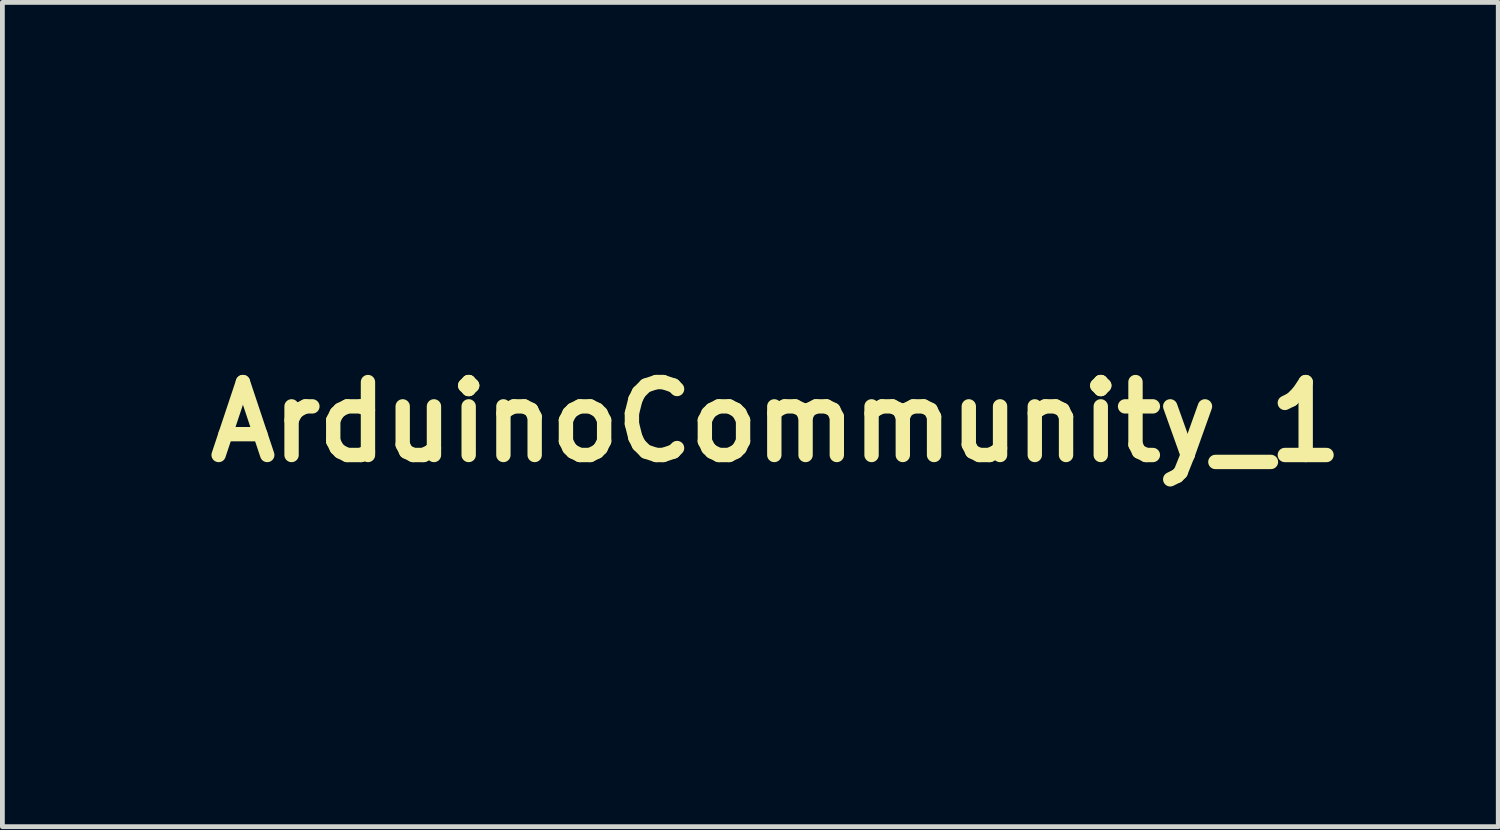
<source format=kicad_pcb>
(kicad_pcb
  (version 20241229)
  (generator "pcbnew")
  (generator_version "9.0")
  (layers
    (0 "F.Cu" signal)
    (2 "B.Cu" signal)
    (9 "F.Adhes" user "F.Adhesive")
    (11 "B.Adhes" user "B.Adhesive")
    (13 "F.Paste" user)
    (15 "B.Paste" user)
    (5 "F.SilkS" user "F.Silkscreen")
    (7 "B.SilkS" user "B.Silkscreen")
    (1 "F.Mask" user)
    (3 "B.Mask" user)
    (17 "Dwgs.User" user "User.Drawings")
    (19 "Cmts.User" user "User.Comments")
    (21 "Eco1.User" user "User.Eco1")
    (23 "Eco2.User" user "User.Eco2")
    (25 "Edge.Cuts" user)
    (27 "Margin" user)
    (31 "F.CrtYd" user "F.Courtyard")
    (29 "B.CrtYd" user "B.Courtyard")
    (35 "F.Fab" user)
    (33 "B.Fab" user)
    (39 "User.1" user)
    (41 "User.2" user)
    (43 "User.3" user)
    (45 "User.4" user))
  (footprint "ArduinoCommunity_1"
    (layer "F.Cu")
    (at 13.166 5.768)
    (property "Reference" "ArduinoCommunity_1" (at 0 0 0) (layer "F.SilkS") (effects (font (size 1.524 1.524) (thickness 0.3))))
    (attr through_hole)
    (fp_poly (pts (xy 1.345 -5.66) (xy 1.353 -5.581) (xy 1.362 -5.496) (xy 1.366 -5.456) (xy 1.371 -5.397) (xy 1.367 -5.363) (xy 1.356 -5.35) (xy 1.353 -5.349) (xy 1.33 -5.344) (xy 1.279 -5.333) (xy 1.207 -5.319) (xy 1.12 -5.301) (xy 1.059 -5.289) (xy 0.647 -5.191) (xy 0.239 -5.06) (xy -0.163 -4.896) (xy -0.559 -4.701) (xy -0.947 -4.474) (xy -1.327 -4.216) (xy -1.698 -3.928) (xy -2.058 -3.611) (xy -2.408 -3.265) (xy -2.745 -2.891) (xy -2.833 -2.787) (xy -2.896 -2.709) (xy -2.961 -2.629) (xy -3.019 -2.555) (xy -3.059 -2.504) (xy -3.1 -2.451) (xy -3.138 -2.412) (xy -3.164 -2.392) (xy -3.169 -2.39) (xy -3.188 -2.403) (xy -3.222 -2.439) (xy -3.265 -2.49) (xy -3.304 -2.541) (xy -3.349 -2.603) (xy -3.386 -2.656) (xy -3.41 -2.693) (xy -3.418 -2.707) (xy -3.41 -2.724) (xy -3.383 -2.763) (xy -3.341 -2.82) (xy -3.287 -2.891) (xy -3.224 -2.97) (xy -3.213 -2.983) (xy -2.879 -3.378) (xy -2.529 -3.745) (xy -2.167 -4.085) (xy -1.792 -4.396) (xy -1.406 -4.679) (xy -1.01 -4.931) (xy -0.606 -5.153) (xy -0.193 -5.343) (xy 0.227 -5.501) (xy 0.585 -5.609) (xy 0.691 -5.636) (xy 0.813 -5.664) (xy 0.941 -5.692) (xy 1.065 -5.718) (xy 1.176 -5.738) (xy 1.256 -5.751) (xy 1.334 -5.763) (xy 1.345 -5.66)) (stroke (width 0.01) (type solid)) (fill yes) (layer "F.Mask"))
    (fp_poly (pts (xy -8.786 -5.605) (xy -8.617 -5.601) (xy -8.454 -5.595) (xy -8.305 -5.586) (xy -8.176 -5.576) (xy -8.1 -5.567) (xy -7.641 -5.487) (xy -7.197 -5.378) (xy -6.767 -5.237) (xy -6.35 -5.066) (xy -5.944 -4.863) (xy -5.688 -4.716) (xy -5.593 -4.656) (xy -5.49 -4.59) (xy -5.386 -4.52) (xy -5.284 -4.449) (xy -5.187 -4.381) (xy -5.101 -4.317) (xy -5.029 -4.262) (xy -4.975 -4.217) (xy -4.943 -4.187) (xy -4.937 -4.178) (xy -4.944 -4.156) (xy -4.966 -4.117) (xy -4.999 -4.068) (xy -5.036 -4.017) (xy -5.072 -3.972) (xy -5.101 -3.941) (xy -5.116 -3.932) (xy -5.133 -3.942) (xy -5.17 -3.968) (xy -5.222 -4.007) (xy -5.27 -4.044) (xy -5.486 -4.202) (xy -5.725 -4.36) (xy -5.978 -4.512) (xy -6.233 -4.652) (xy -6.481 -4.774) (xy -6.541 -4.801) (xy -6.951 -4.965) (xy -7.369 -5.097) (xy -7.791 -5.195) (xy -8.218 -5.262) (xy -8.647 -5.295) (xy -9.077 -5.295) (xy -9.505 -5.262) (xy -9.932 -5.196) (xy -10.242 -5.127) (xy -10.602 -5.022) (xy -10.955 -4.893) (xy -11.293 -4.744) (xy -11.61 -4.578) (xy -11.773 -4.479) (xy -11.821 -4.45) (xy -11.858 -4.429) (xy -11.874 -4.423) (xy -11.887 -4.436) (xy -11.913 -4.47) (xy -11.945 -4.517) (xy -11.979 -4.57) (xy -12.01 -4.62) (xy -12.034 -4.66) (xy -12.044 -4.683) (xy -12.044 -4.686) (xy -12.029 -4.696) (xy -11.991 -4.72) (xy -11.937 -4.753) (xy -11.904 -4.774) (xy -11.544 -4.976) (xy -11.165 -5.152) (xy -10.77 -5.302) (xy -10.362 -5.424) (xy -9.944 -5.516) (xy -9.521 -5.579) (xy -9.374 -5.593) (xy -9.255 -5.6) (xy -9.112 -5.604) (xy -8.954 -5.606) (xy -8.786 -5.605)) (stroke (width 0.01) (type solid)) (fill yes) (layer "F.Mask"))
    (fp_poly (pts (xy -12.658 3.571) (xy -12.622 3.598) (xy -12.574 3.638) (xy -12.537 3.67) (xy -12.226 3.928) (xy -11.892 4.164) (xy -11.538 4.375) (xy -11.168 4.56) (xy -10.787 4.718) (xy -10.396 4.846) (xy -10.001 4.943) (xy -9.794 4.98) (xy -9.616 5.007) (xy -9.46 5.027) (xy -9.313 5.041) (xy -9.165 5.049) (xy -9.004 5.053) (xy -8.862 5.053) (xy -8.415 5.037) (xy -7.98 4.99) (xy -7.557 4.913) (xy -7.144 4.804) (xy -6.739 4.663) (xy -6.343 4.49) (xy -5.953 4.284) (xy -5.569 4.046) (xy -5.253 3.822) (xy -5.187 3.773) (xy -5.129 3.73) (xy -5.086 3.698) (xy -5.064 3.681) (xy -5.049 3.675) (xy -5.03 3.681) (xy -5.003 3.704) (xy -4.964 3.746) (xy -4.92 3.796) (xy -4.871 3.853) (xy -4.832 3.902) (xy -4.806 3.935) (xy -4.799 3.947) (xy -4.809 3.965) (xy -4.844 3.999) (xy -4.901 4.047) (xy -4.976 4.105) (xy -5.064 4.17) (xy -5.164 4.241) (xy -5.27 4.315) (xy -5.38 4.389) (xy -5.49 4.461) (xy -5.596 4.528) (xy -5.634 4.551) (xy -6.035 4.774) (xy -6.442 4.965) (xy -6.859 5.125) (xy -7.289 5.254) (xy -7.734 5.355) (xy -8.1 5.415) (xy -8.165 5.421) (xy -8.257 5.428) (xy -8.37 5.434) (xy -8.498 5.439) (xy -8.635 5.444) (xy -8.776 5.447) (xy -8.914 5.45) (xy -9.043 5.451) (xy -9.157 5.451) (xy -9.251 5.45) (xy -9.318 5.447) (xy -9.328 5.446) (xy -9.603 5.415) (xy -9.853 5.38) (xy -10.083 5.34) (xy -10.302 5.291) (xy -10.518 5.234) (xy -10.711 5.175) (xy -11.12 5.028) (xy -11.513 4.852) (xy -11.89 4.648) (xy -12.255 4.413) (xy -12.609 4.148) (xy -12.869 3.927) (xy -12.954 3.851) (xy -12.82 3.709) (xy -12.767 3.652) (xy -12.721 3.605) (xy -12.689 3.574) (xy -12.675 3.562) (xy -12.658 3.571)) (stroke (width 0.01) (type solid)) (fill yes) (layer "F.Mask"))
    (fp_poly (pts (xy -8.638 -5.025) (xy -8.218 -4.991) (xy -7.815 -4.928) (xy -7.424 -4.838) (xy -7.041 -4.717) (xy -6.661 -4.566) (xy -6.459 -4.473) (xy -6.133 -4.303) (xy -5.819 -4.115) (xy -5.514 -3.906) (xy -5.211 -3.672) (xy -4.906 -3.409) (xy -4.868 -3.374) (xy -4.699 -3.212) (xy -4.519 -3.027) (xy -4.336 -2.825) (xy -4.153 -2.613) (xy -3.977 -2.398) (xy -3.814 -2.186) (xy -3.7 -2.029) (xy -3.65 -1.957) (xy -3.606 -1.896) (xy -3.572 -1.849) (xy -3.552 -1.822) (xy -3.55 -1.82) (xy -3.536 -1.8) (xy -3.507 -1.756) (xy -3.466 -1.693) (xy -3.417 -1.616) (xy -3.363 -1.53) (xy -3.195 -1.259) (xy -3.099 -1.416) (xy -2.986 -1.595) (xy -2.855 -1.789) (xy -2.714 -1.987) (xy -2.578 -2.169) (xy -2.26 -2.56) (xy -1.931 -2.921) (xy -1.591 -3.251) (xy -1.241 -3.55) (xy -0.88 -3.818) (xy -0.51 -4.055) (xy -0.131 -4.26) (xy 0.257 -4.433) (xy 0.653 -4.573) (xy 1.057 -4.681) (xy 1.235 -4.718) (xy 1.307 -4.73) (xy 1.371 -4.74) (xy 1.417 -4.744) (xy 1.425 -4.744) (xy 1.451 -4.742) (xy 1.469 -4.731) (xy 1.481 -4.706) (xy 1.49 -4.661) (xy 1.497 -4.59) (xy 1.499 -4.558) (xy 1.506 -4.485) (xy 1.516 -4.397) (xy 1.527 -4.312) (xy 1.528 -4.307) (xy 1.547 -4.167) (xy 1.684 -4.18) (xy 1.74 -4.184) (xy 1.823 -4.187) (xy 1.926 -4.19) (xy 2.045 -4.192) (xy 2.171 -4.193) (xy 2.262 -4.193) (xy 2.407 -4.192) (xy 2.525 -4.19) (xy 2.622 -4.187) (xy 2.704 -4.182) (xy 2.778 -4.175) (xy 2.849 -4.166) (xy 2.921 -4.154) (xy 3.301 -4.075) (xy 3.661 -3.97) (xy 4.002 -3.838) (xy 4.327 -3.678) (xy 4.639 -3.49) (xy 4.651 -3.482) (xy 4.959 -3.257) (xy 5.24 -3.012) (xy 5.494 -2.747) (xy 5.721 -2.462) (xy 5.919 -2.16) (xy 6.089 -1.84) (xy 6.23 -1.504) (xy 6.34 -1.153) (xy 6.421 -0.787) (xy 6.442 -0.652) (xy 6.452 -0.552) (xy 6.46 -0.426) (xy 6.463 -0.283) (xy 6.464 -0.13) (xy 6.462 0.024) (xy 6.456 0.172) (xy 6.448 0.304) (xy 6.437 0.414) (xy 6.433 0.44) (xy 6.421 0.517) (xy 6.41 0.58) (xy 6.403 0.623) (xy 6.399 0.638) (xy 6.383 0.636) (xy 6.342 0.629) (xy 6.285 0.619) (xy 6.222 0.606) (xy 6.16 0.593) (xy 6.124 0.585) (xy 6.106 0.579) (xy 6.097 0.568) (xy 6.096 0.543) (xy 6.102 0.498) (xy 6.111 0.446) (xy 6.14 0.22) (xy 6.155 -0.024) (xy 6.154 -0.275) (xy 6.139 -0.522) (xy 6.109 -0.752) (xy 6.108 -0.755) (xy 6.094 -0.828) (xy 6.077 -0.911) (xy 6.058 -0.994) (xy 6.04 -1.071) (xy 6.023 -1.135) (xy 6.01 -1.177) (xy 6.006 -1.188) (xy 5.987 -1.19) (xy 5.947 -1.183) (xy 5.919 -1.176) (xy 5.871 -1.164) (xy 5.837 -1.162) (xy 5.828 -1.165) (xy 5.818 -1.186) (xy 5.8 -1.231) (xy 5.778 -1.291) (xy 5.77 -1.313) (xy 5.655 -1.597) (xy 5.508 -1.874) (xy 5.332 -2.142) (xy 5.131 -2.397) (xy 4.906 -2.636) (xy 4.661 -2.855) (xy 4.398 -3.053) (xy 4.269 -3.137) (xy 4.019 -3.277) (xy 3.746 -3.403) (xy 3.462 -3.511) (xy 3.176 -3.596) (xy 3.003 -3.636) (xy 2.923 -3.652) (xy 2.856 -3.666) (xy 2.808 -3.677) (xy 2.786 -3.682) (xy 2.785 -3.682) (xy 2.786 -3.699) (xy 2.791 -3.739) (xy 2.795 -3.765) (xy 2.807 -3.844) (xy 2.696 -3.858) (xy 2.611 -3.865) (xy 2.5 -3.87) (xy 2.371 -3.872) (xy 2.229 -3.872) (xy 2.084 -3.87) (xy 1.941 -3.866) (xy 1.809 -3.859) (xy 1.695 -3.851) (xy 1.607 -3.842) (xy 1.596 -3.84) (xy 1.227 -3.766) (xy 0.863 -3.661) (xy 0.509 -3.527) (xy 0.169 -3.365) (xy -0.118 -3.199) (xy -0.209 -3.141) (xy -0.275 -3.099) (xy -0.322 -3.072) (xy -0.353 -3.057) (xy -0.373 -3.054) (xy -0.387 -3.06) (xy -0.398 -3.073) (xy -0.409 -3.088) (xy -0.438 -3.12) (xy -0.462 -3.135) (xy -0.463 -3.135) (xy -0.483 -3.125) (xy -0.524 -3.098) (xy -0.581 -3.057) (xy -0.648 -3.007) (xy -0.669 -2.991) (xy -1 -2.714) (xy -1.322 -2.406) (xy -1.633 -2.07) (xy -1.931 -1.707) (xy -2.213 -1.319) (xy -2.48 -0.909) (xy -2.688 -0.553) (xy -2.828 -0.299) (xy -2.588 0.173) (xy -2.45 -0.096) (xy -2.245 -0.465) (xy -2.016 -0.829) (xy -1.767 -1.184) (xy -1.5 -1.524) (xy -1.22 -1.845) (xy -0.93 -2.142) (xy -0.634 -2.411) (xy -0.618 -2.424) (xy -0.521 -2.504) (xy -0.416 -2.587) (xy -0.307 -2.669) (xy -0.199 -2.749) (xy -0.094 -2.823) (xy 0.002 -2.888) (xy 0.087 -2.943) (xy 0.156 -2.985) (xy 0.206 -3.01) (xy 0.229 -3.016) (xy 0.248 -3.002) (xy 0.271 -2.968) (xy 0.276 -2.957) (xy 0.298 -2.919) (xy 0.316 -2.899) (xy 0.319 -2.898) (xy 0.339 -2.904) (xy 0.384 -2.924) (xy 0.446 -2.952) (xy 0.522 -2.987) (xy 0.544 -2.998) (xy 0.642 -3.043) (xy 0.75 -3.089) (xy 0.853 -3.131) (xy 0.932 -3.16) (xy 1 -3.182) (xy 1.082 -3.207) (xy 1.171 -3.233) (xy 1.261 -3.257) (xy 1.346 -3.28) (xy 1.42 -3.298) (xy 1.478 -3.311) (xy 1.512 -3.316) (xy 1.519 -3.316) (xy 1.525 -3.298) (xy 1.534 -3.255) (xy 1.546 -3.195) (xy 1.55 -3.176) (xy 1.566 -3.092) (xy 1.576 -3.033) (xy 1.575 -2.994) (xy 1.558 -2.968) (xy 1.523 -2.949) (xy 1.464 -2.932) (xy 1.378 -2.91) (xy 1.364 -2.907) (xy 1.038 -2.806) (xy 0.719 -2.675) (xy 0.405 -2.511) (xy 0.17 -2.366) (xy 0.023 -2.266) (xy -0.112 -2.167) (xy -0.242 -2.065) (xy -0.372 -1.953) (xy -0.508 -1.828) (xy -0.657 -1.683) (xy -0.729 -1.612) (xy -1.031 -1.292) (xy -1.304 -0.968) (xy -1.553 -0.633) (xy -1.784 -0.281) (xy -1.81 -0.237) (xy -1.851 -0.167) (xy -1.896 -0.082) (xy -1.945 0.012) (xy -1.994 0.111) (xy -2.04 0.208) (xy -2.082 0.299) (xy -2.116 0.378) (xy -2.14 0.439) (xy -2.151 0.477) (xy -2.152 0.483) (xy -2.159 0.506) (xy -2.166 0.508) (xy -2.18 0.522) (xy -2.202 0.558) (xy -2.217 0.585) (xy -2.241 0.627) (xy -2.262 0.651) (xy -2.271 0.652) (xy -2.284 0.647) (xy -2.284 0.659) (xy -2.268 0.69) (xy -2.235 0.744) (xy -2.197 0.803) (xy -2.05 1.019) (xy -1.883 1.247) (xy -1.719 1.457) (xy -1.424 1.804) (xy -1.118 2.122) (xy -0.802 2.411) (xy -0.477 2.67) (xy -0.144 2.898) (xy 0.196 3.095) (xy 0.543 3.26) (xy 0.895 3.393) (xy 1.252 3.493) (xy 1.4 3.524) (xy 1.474 3.539) (xy 1.535 3.552) (xy 1.576 3.562) (xy 1.589 3.566) (xy 1.589 3.584) (xy 1.585 3.63) (xy 1.578 3.698) (xy 1.568 3.781) (xy 1.562 3.832) (xy 1.551 3.922) (xy 1.542 4.001) (xy 1.537 4.061) (xy 1.535 4.097) (xy 1.536 4.105) (xy 1.529 4.115) (xy 1.494 4.117) (xy 1.435 4.112) (xy 1.357 4.101) (xy 1.263 4.085) (xy 1.159 4.063) (xy 1.048 4.038) (xy 0.935 4.01) (xy 0.825 3.979) (xy 0.798 3.971) (xy 0.425 3.841) (xy 0.057 3.679) (xy -0.305 3.486) (xy -0.657 3.264) (xy -0.997 3.015) (xy -1.22 2.83) (xy -1.398 2.675) (xy -1.563 2.85) (xy -1.728 3.024) (xy -1.866 2.889) (xy -2.132 2.614) (xy -2.396 2.315) (xy -2.65 2.002) (xy -2.855 1.729) (xy -2.912 1.648) (xy -2.965 1.572) (xy -3.016 1.495) (xy -3.071 1.41) (xy -3.132 1.312) (xy -3.203 1.196) (xy -3.269 1.089) (xy -3.308 1.025) (xy -3.341 0.974) (xy -3.364 0.941) (xy -3.372 0.932) (xy -3.383 0.946) (xy -3.408 0.984) (xy -3.442 1.041) (xy -3.483 1.11) (xy -3.491 1.122) (xy -3.68 1.427) (xy -3.894 1.735) (xy -4.128 2.04) (xy -4.379 2.338) (xy -4.642 2.626) (xy -4.913 2.898) (xy -5.188 3.151) (xy -5.464 3.38) (xy -5.737 3.58) (xy -5.753 3.591) (xy -6.13 3.829) (xy -6.516 4.035) (xy -6.91 4.21) (xy -7.312 4.353) (xy -7.719 4.463) (xy -8.13 4.54) (xy -8.422 4.574) (xy -8.535 4.582) (xy -8.672 4.587) (xy -8.823 4.589) (xy -8.978 4.588) (xy -9.127 4.585) (xy -9.259 4.58) (xy -9.341 4.574) (xy -9.732 4.524) (xy -10.119 4.443) (xy -10.498 4.333) (xy -10.866 4.196) (xy -11.22 4.032) (xy -11.555 3.843) (xy -11.869 3.63) (xy -11.903 3.605) (xy -11.983 3.543) (xy -12.064 3.477) (xy -12.143 3.411) (xy -12.216 3.349) (xy -12.277 3.293) (xy -12.323 3.25) (xy -12.348 3.221) (xy -12.353 3.212) (xy -12.341 3.192) (xy -12.311 3.156) (xy -12.268 3.109) (xy -12.252 3.094) (xy -12.152 2.995) (xy -12.011 3.118) (xy -11.875 3.231) (xy -11.729 3.344) (xy -11.585 3.45) (xy -11.451 3.54) (xy -11.407 3.567) (xy -11.347 3.605) (xy -11.301 3.639) (xy -11.273 3.662) (xy -11.268 3.67) (xy -11.253 3.686) (xy -11.213 3.713) (xy -11.151 3.748) (xy -11.074 3.789) (xy -10.985 3.833) (xy -10.891 3.878) (xy -10.796 3.921) (xy -10.717 3.954) (xy -10.354 4.086) (xy -9.989 4.188) (xy -9.618 4.259) (xy -9.233 4.303) (xy -9.031 4.315) (xy -8.908 4.317) (xy -8.768 4.316) (xy -8.622 4.311) (xy -8.478 4.303) (xy -8.347 4.292) (xy -8.238 4.28) (xy -8.217 4.276) (xy -8.157 4.267) (xy -8.201 3.959) (xy -8.217 3.85) (xy -8.229 3.771) (xy -8.24 3.716) (xy -8.249 3.681) (xy -8.258 3.662) (xy -8.269 3.655) (xy -8.278 3.655) (xy -8.674 3.683) (xy -9.053 3.683) (xy -9.418 3.654) (xy -9.77 3.595) (xy -10.111 3.507) (xy -10.443 3.388) (xy -10.747 3.251) (xy -10.822 3.214) (xy -10.886 3.183) (xy -10.933 3.162) (xy -10.958 3.152) (xy -10.959 3.152) (xy -10.973 3.165) (xy -10.998 3.201) (xy -11.027 3.252) (xy -11.028 3.253) (xy -11.059 3.306) (xy -11.085 3.346) (xy -11.101 3.365) (xy -11.125 3.362) (xy -11.173 3.339) (xy -11.242 3.299) (xy -11.328 3.244) (xy -11.43 3.174) (xy -11.472 3.145) (xy -11.765 2.915) (xy -12.033 2.663) (xy -12.275 2.391) (xy -12.491 2.101) (xy -12.678 1.793) (xy -12.837 1.469) (xy -12.967 1.132) (xy -13.065 0.781) (xy -13.133 0.421) (xy -13.151 0.273) (xy -13.156 0.195) (xy -13.16 0.092) (xy -13.161 -0.028) (xy -13.161 -0.159) (xy -13.159 -0.294) (xy -13.156 -0.423) (xy -13.151 -0.541) (xy -13.145 -0.639) (xy -13.138 -0.706) (xy -13.131 -0.75) (xy -13.118 -0.769) (xy -13.091 -0.771) (xy -13.067 -0.767) (xy -13.019 -0.76) (xy -12.984 -0.756) (xy -12.981 -0.756) (xy -12.966 -0.768) (xy -12.951 -0.807) (xy -12.934 -0.877) (xy -12.928 -0.907) (xy -12.846 -1.24) (xy -12.732 -1.566) (xy -12.589 -1.882) (xy -12.417 -2.185) (xy -12.218 -2.473) (xy -11.994 -2.743) (xy -11.748 -2.991) (xy -11.48 -3.216) (xy -11.47 -3.223) (xy -11.402 -3.273) (xy -11.323 -3.329) (xy -11.237 -3.386) (xy -11.151 -3.442) (xy -11.07 -3.494) (xy -10.998 -3.538) (xy -10.94 -3.571) (xy -10.903 -3.589) (xy -10.892 -3.592) (xy -10.876 -3.578) (xy -10.855 -3.544) (xy -10.834 -3.5) (xy -10.819 -3.46) (xy -10.816 -3.434) (xy -10.816 -3.434) (xy -10.833 -3.418) (xy -10.873 -3.389) (xy -10.93 -3.352) (xy -10.991 -3.315) (xy -11.094 -3.251) (xy -11.198 -3.181) (xy -11.299 -3.108) (xy -11.395 -3.036) (xy -11.48 -2.968) (xy -11.552 -2.905) (xy -11.607 -2.852) (xy -11.641 -2.81) (xy -11.651 -2.784) (xy -11.65 -2.783) (xy -11.657 -2.759) (xy -11.687 -2.715) (xy -11.737 -2.653) (xy -11.773 -2.612) (xy -11.906 -2.461) (xy -12.019 -2.322) (xy -12.119 -2.187) (xy -12.197 -2.069) (xy -12.368 -1.775) (xy -12.508 -1.466) (xy -12.618 -1.146) (xy -12.698 -0.818) (xy -12.747 -0.484) (xy -12.764 -0.147) (xy -12.75 0.19) (xy -12.702 0.524) (xy -12.667 0.686) (xy -12.647 0.762) (xy -12.622 0.849) (xy -12.593 0.941) (xy -12.563 1.032) (xy -12.534 1.116) (xy -12.508 1.185) (xy -12.488 1.235) (xy -12.475 1.257) (xy -12.455 1.257) (xy -12.413 1.246) (xy -12.358 1.227) (xy -12.301 1.205) (xy -12.249 1.182) (xy -12.212 1.161) (xy -12.2 1.151) (xy -12.187 1.143) (xy -12.169 1.156) (xy -12.143 1.191) (xy -12.107 1.253) (xy -12.076 1.313) (xy -11.91 1.599) (xy -11.715 1.87) (xy -11.495 2.121) (xy -11.251 2.352) (xy -10.986 2.559) (xy -10.703 2.74) (xy -10.445 2.874) (xy -10.126 3.005) (xy -9.797 3.104) (xy -9.46 3.172) (xy -9.117 3.209) (xy -8.771 3.215) (xy -8.424 3.19) (xy -8.079 3.135) (xy -7.738 3.048) (xy -7.404 2.931) (xy -7.079 2.784) (xy -7.034 2.761) (xy -6.966 2.726) (xy -6.909 2.699) (xy -6.87 2.682) (xy -6.856 2.678) (xy -6.841 2.692) (xy -6.815 2.728) (xy -6.782 2.781) (xy -6.746 2.841) (xy -6.712 2.902) (xy -6.683 2.957) (xy -6.664 2.998) (xy -6.659 3.015) (xy -6.673 3.035) (xy -6.706 3.061) (xy -6.719 3.069) (xy -6.756 3.093) (xy -6.776 3.11) (xy -6.778 3.112) (xy -6.77 3.133) (xy -6.749 3.174) (xy -6.72 3.224) (xy -6.689 3.276) (xy -6.662 3.319) (xy -6.643 3.345) (xy -6.64 3.348) (xy -6.619 3.344) (xy -6.574 3.323) (xy -6.509 3.289) (xy -6.43 3.243) (xy -6.341 3.189) (xy -6.245 3.128) (xy -6.148 3.063) (xy -6.134 3.054) (xy -5.814 2.818) (xy -5.499 2.552) (xy -5.189 2.257) (xy -4.888 1.936) (xy -4.599 1.593) (xy -4.322 1.229) (xy -4.062 0.848) (xy -3.825 0.46) (xy -3.714 0.268) (xy -3.806 0.071) (xy -4.001 -0.318) (xy -4.217 -0.701) (xy -4.452 -1.075) (xy -4.702 -1.435) (xy -4.964 -1.776) (xy -5.235 -2.094) (xy -5.511 -2.384) (xy -5.566 -2.437) (xy -5.863 -2.706) (xy -6.168 -2.95) (xy -6.478 -3.166) (xy -6.79 -3.353) (xy -7.103 -3.51) (xy -7.337 -3.607) (xy -7.408 -3.636) (xy -7.467 -3.662) (xy -7.507 -3.682) (xy -7.52 -3.693) (xy -7.517 -3.714) (xy -7.504 -3.762) (xy -7.483 -3.829) (xy -7.456 -3.91) (xy -7.44 -3.958) (xy -7.41 -4.045) (xy -7.385 -4.123) (xy -7.366 -4.185) (xy -7.355 -4.224) (xy -7.354 -4.234) (xy -7.362 -4.25) (xy -7.389 -4.266) (xy -7.439 -4.285) (xy -7.518 -4.308) (xy -7.519 -4.309) (xy -7.856 -4.391) (xy -8.183 -4.448) (xy -8.513 -4.482) (xy -8.622 -4.488) (xy -8.871 -4.499) (xy -8.875 -4.768) (xy -8.88 -5.037) (xy -8.638 -5.025)) (stroke (width 0.01) (type solid)) (fill yes) (layer "F.Mask")))
  (gr_rect
    (start -3 -3)
    (end 28.257 14.224)
    (stroke (width 0.1) (type default))
    (fill no)
    (layer "Edge.Cuts")))
</source>
